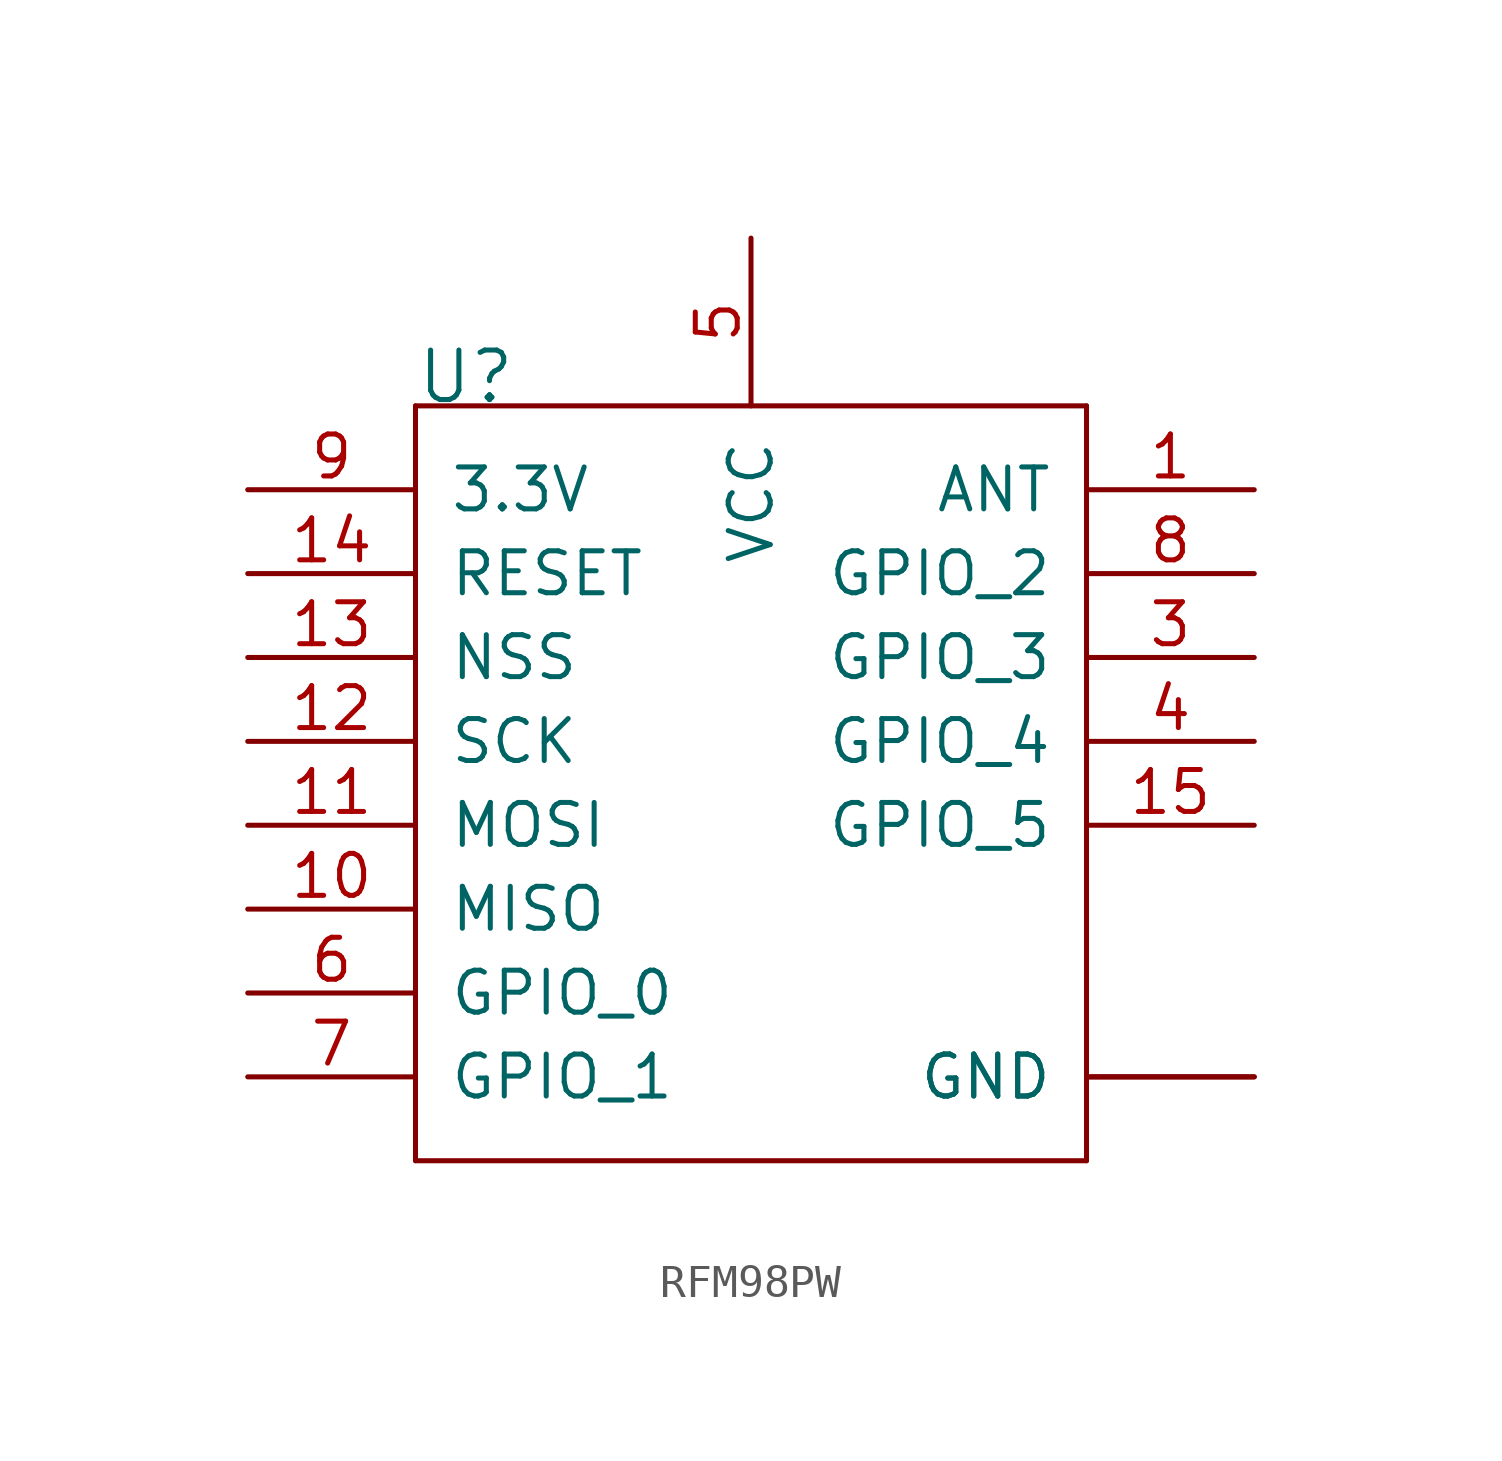
<source format=kicad_sym>
(kicad_symbol_lib
  (version 20231120)
  (generator "kicad_symbol_editor")
  (generator_version "8.0")
  (symbol "RFM98PW"
    (pin_names
      (offset 1.016))
    (property "Reference" "U"
      (at -7.62 10.16 0)
      (effects (font (size 1.499 1.499)) (justify left bottom)))
    (symbol "RFM98PW_0_0"
      (pin bidirectional line (at 17.78 -10.16 180) (length 5.08) hide (name "GND" (effects (font (size 1.27 1.27)))) (number "17" (effects (font (size 1.27 1.27)))))
      (pin bidirectional line (at 2.54 15.24 270) (length 5.08) (name "VCC" (effects (font (size 1.27 1.27)))) (number "5" (effects (font (size 1.27 1.27))))))
    (symbol "RFM98PW_1_0"
      (polyline (pts (xy -7.62 -12.7) (xy -7.62 10.16)) (stroke (width 0) (type solid)) (fill (type none)))
      (polyline (pts (xy -7.62 10.16) (xy 12.7 10.16)) (stroke (width 0) (type solid)) (fill (type none)))
      (polyline (pts (xy 12.7 -12.7) (xy -7.62 -12.7)) (stroke (width 0) (type solid)) (fill (type none)))
      (polyline (pts (xy 12.7 10.16) (xy 12.7 -12.7)) (stroke (width 0) (type solid)) (fill (type none)))
      (pin bidirectional line (at 17.78 7.62 180) (length 5.08) (name "ANT" (effects (font (size 1.27 1.27)))) (number "1" (effects (font (size 1.27 1.27)))))
      (pin bidirectional line (at -12.7 -5.08 0) (length 5.08) (name "MISO" (effects (font (size 1.27 1.27)))) (number "10" (effects (font (size 1.27 1.27)))))
      (pin bidirectional line (at -12.7 -2.54 0) (length 5.08) (name "MOSI" (effects (font (size 1.27 1.27)))) (number "11" (effects (font (size 1.27 1.27)))))
      (pin bidirectional line (at -12.7 0 0) (length 5.08) (name "SCK" (effects (font (size 1.27 1.27)))) (number "12" (effects (font (size 1.27 1.27)))))
      (pin bidirectional line (at -12.7 2.54 0) (length 5.08) (name "NSS" (effects (font (size 1.27 1.27)))) (number "13" (effects (font (size 1.27 1.27)))))
      (pin bidirectional line (at -12.7 5.08 0) (length 5.08) (name "RESET" (effects (font (size 1.27 1.27)))) (number "14" (effects (font (size 1.27 1.27)))))
      (pin bidirectional line (at 17.78 -2.54 180) (length 5.08) (name "GPIO_5" (effects (font (size 1.27 1.27)))) (number "15" (effects (font (size 1.27 1.27)))))
      (pin bidirectional line (at 17.78 -10.16 180) (length 5.08) (name "GND" (effects (font (size 1.27 1.27)))) (number "16" (effects (font (size 0 0)))))
      (pin bidirectional line (at 17.78 -10.16 180) (length 5.08) (name "GND" (effects (font (size 1.27 1.27)))) (number "2" (effects (font (size 0 0)))))
      (pin bidirectional line (at 17.78 2.54 180) (length 5.08) (name "GPIO_3" (effects (font (size 1.27 1.27)))) (number "3" (effects (font (size 1.27 1.27)))))
      (pin bidirectional line (at 17.78 0 180) (length 5.08) (name "GPIO_4" (effects (font (size 1.27 1.27)))) (number "4" (effects (font (size 1.27 1.27)))))
      (pin bidirectional line (at -12.7 -7.62 0) (length 5.08) (name "GPIO_0" (effects (font (size 1.27 1.27)))) (number "6" (effects (font (size 1.27 1.27)))))
      (pin bidirectional line (at -12.7 -10.16 0) (length 5.08) (name "GPIO_1" (effects (font (size 1.27 1.27)))) (number "7" (effects (font (size 1.27 1.27)))))
      (pin bidirectional line (at 17.78 5.08 180) (length 5.08) (name "GPIO_2" (effects (font (size 1.27 1.27)))) (number "8" (effects (font (size 1.27 1.27)))))
      (pin power_in line (at -12.7 7.62 0) (length 5.08) (name "3.3V" (effects (font (size 1.27 1.27)))) (number "9" (effects (font (size 1.27 1.27))))))))
</source>
